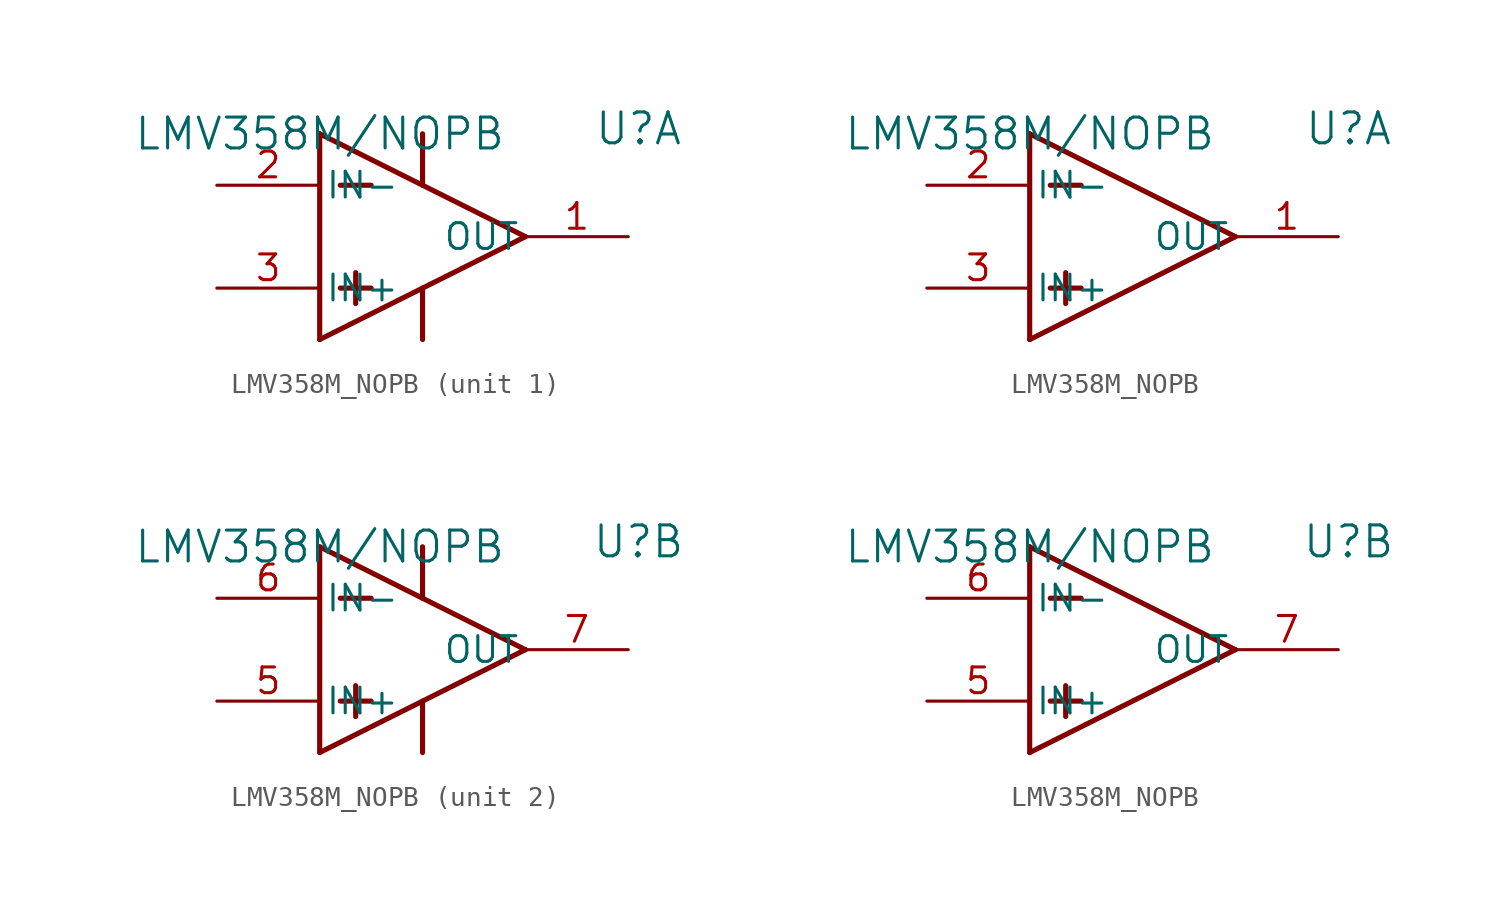
<source format=kicad_sym>
(kicad_symbol_lib
  (version 20211014)
  (generator kicad_symbol_editor)
  (symbol "LMV358M_NOPB"
    (pin_names
      (offset 0.254))
    (property "Reference" "U"
      (at 15.748 0.254 0)
      (effects (font (size 1.524 1.524))))
    (property "Value" "LMV358M/NOPB"
      (at 0 0 0)
      (effects (font (size 1.524 1.524))))
    (symbol "LMV358M_NOPB_1_1"
      (polyline (pts (xy 0 0) (xy 10.16 -5.08)) (stroke (width 0.254) (type default) (color 0 0 0 0)) (fill (type none)))
      (polyline (pts (xy 0 -10.16) (xy 10.16 -5.08)) (stroke (width 0.254) (type default) (color 0 0 0 0)) (fill (type none)))
      (polyline (pts (xy 0 0) (xy 0 -10.16)) (stroke (width 0.254) (type default) (color 0 0 0 0)) (fill (type none)))
      (polyline (pts (xy 1.016 -2.54) (xy 2.54 -2.54)) (stroke (width 0.254) (type default) (color 0 0 0 0)) (fill (type none)))
      (polyline (pts (xy 1.016 -7.62) (xy 2.54 -7.62)) (stroke (width 0.254) (type default) (color 0 0 0 0)) (fill (type none)))
      (polyline (pts (xy 1.778 -6.858) (xy 1.778 -8.382)) (stroke (width 0.254) (type default) (color 0 0 0 0)) (fill (type none)))
      (polyline (pts (xy 5.08 0) (xy 5.08 -2.54)) (stroke (width 0.254) (type default) (color 0 0 0 0)) (fill (type none)))
      (polyline (pts (xy 5.08 -7.62) (xy 5.08 -10.16)) (stroke (width 0.254) (type default) (color 0 0 0 0)) (fill (type none)))
      (pin input line (at -5.08 -2.54 0) (length 5.08) (name "IN-" (effects (font (size 1.27 1.27)))) (number "2" (effects (font (size 1.27 1.27)))))
      (pin input line (at -5.08 -7.62 0) (length 5.08) (name "IN+" (effects (font (size 1.27 1.27)))) (number "3" (effects (font (size 1.27 1.27)))))
      (pin output line (at 15.24 -5.08 180) (length 5.08) (name "OUT" (effects (font (size 1.27 1.27)))) (number "1" (effects (font (size 1.27 1.27))))))
    (symbol "LMV358M_NOPB_1_2"
      (polyline (pts (xy 0 0) (xy 10.16 -5.08)) (stroke (width 0.254) (type default) (color 0 0 0 0)) (fill (type none)))
      (polyline (pts (xy 0 -10.16) (xy 10.16 -5.08)) (stroke (width 0.254) (type default) (color 0 0 0 0)) (fill (type none)))
      (polyline (pts (xy 0 0) (xy 0 -10.16)) (stroke (width 0.254) (type default) (color 0 0 0 0)) (fill (type none)))
      (polyline (pts (xy 1.016 -2.54) (xy 2.54 -2.54)) (stroke (width 0.254) (type default) (color 0 0 0 0)) (fill (type none)))
      (polyline (pts (xy 1.016 -7.62) (xy 2.54 -7.62)) (stroke (width 0.254) (type default) (color 0 0 0 0)) (fill (type none)))
      (polyline (pts (xy 1.778 -6.858) (xy 1.778 -8.382)) (stroke (width 0.254) (type default) (color 0 0 0 0)) (fill (type none)))
      (pin input line (at -5.08 -2.54 0) (length 5.08) (name "IN-" (effects (font (size 1.27 1.27)))) (number "2" (effects (font (size 1.27 1.27)))))
      (pin input line (at -5.08 -7.62 0) (length 5.08) (name "IN+" (effects (font (size 1.27 1.27)))) (number "3" (effects (font (size 1.27 1.27)))))
      (pin output line (at 15.24 -5.08 180) (length 5.08) (name "OUT" (effects (font (size 1.27 1.27)))) (number "1" (effects (font (size 1.27 1.27))))))
    (symbol "LMV358M_NOPB_2_1"
      (polyline (pts (xy 0 0) (xy 10.16 -5.08)) (stroke (width 0.254) (type default) (color 0 0 0 0)) (fill (type none)))
      (polyline (pts (xy 0 -10.16) (xy 10.16 -5.08)) (stroke (width 0.254) (type default) (color 0 0 0 0)) (fill (type none)))
      (polyline (pts (xy 0 0) (xy 0 -10.16)) (stroke (width 0.254) (type default) (color 0 0 0 0)) (fill (type none)))
      (polyline (pts (xy 1.016 -2.54) (xy 2.54 -2.54)) (stroke (width 0.254) (type default) (color 0 0 0 0)) (fill (type none)))
      (polyline (pts (xy 1.016 -7.62) (xy 2.54 -7.62)) (stroke (width 0.254) (type default) (color 0 0 0 0)) (fill (type none)))
      (polyline (pts (xy 1.778 -6.858) (xy 1.778 -8.382)) (stroke (width 0.254) (type default) (color 0 0 0 0)) (fill (type none)))
      (polyline (pts (xy 5.08 0) (xy 5.08 -2.54)) (stroke (width 0.254) (type default) (color 0 0 0 0)) (fill (type none)))
      (polyline (pts (xy 5.08 -7.62) (xy 5.08 -10.16)) (stroke (width 0.254) (type default) (color 0 0 0 0)) (fill (type none)))
      (pin input line (at -5.08 -7.62 0) (length 5.08) (name "IN+" (effects (font (size 1.27 1.27)))) (number "5" (effects (font (size 1.27 1.27)))))
      (pin input line (at -5.08 -2.54 0) (length 5.08) (name "IN-" (effects (font (size 1.27 1.27)))) (number "6" (effects (font (size 1.27 1.27)))))
      (pin output line (at 15.24 -5.08 180) (length 5.08) (name "OUT" (effects (font (size 1.27 1.27)))) (number "7" (effects (font (size 1.27 1.27))))))
    (symbol "LMV358M_NOPB_2_2"
      (polyline (pts (xy 0 0) (xy 10.16 -5.08)) (stroke (width 0.254) (type default) (color 0 0 0 0)) (fill (type none)))
      (polyline (pts (xy 0 -10.16) (xy 10.16 -5.08)) (stroke (width 0.254) (type default) (color 0 0 0 0)) (fill (type none)))
      (polyline (pts (xy 0 0) (xy 0 -10.16)) (stroke (width 0.254) (type default) (color 0 0 0 0)) (fill (type none)))
      (polyline (pts (xy 1.016 -2.54) (xy 2.54 -2.54)) (stroke (width 0.254) (type default) (color 0 0 0 0)) (fill (type none)))
      (polyline (pts (xy 1.016 -7.62) (xy 2.54 -7.62)) (stroke (width 0.254) (type default) (color 0 0 0 0)) (fill (type none)))
      (polyline (pts (xy 1.778 -6.858) (xy 1.778 -8.382)) (stroke (width 0.254) (type default) (color 0 0 0 0)) (fill (type none)))
      (pin input line (at -5.08 -7.62 0) (length 5.08) (name "IN+" (effects (font (size 1.27 1.27)))) (number "5" (effects (font (size 1.27 1.27)))))
      (pin input line (at -5.08 -2.54 0) (length 5.08) (name "IN-" (effects (font (size 1.27 1.27)))) (number "6" (effects (font (size 1.27 1.27)))))
      (pin output line (at 15.24 -5.08 180) (length 5.08) (name "OUT" (effects (font (size 1.27 1.27)))) (number "7" (effects (font (size 1.27 1.27))))))))
</source>
